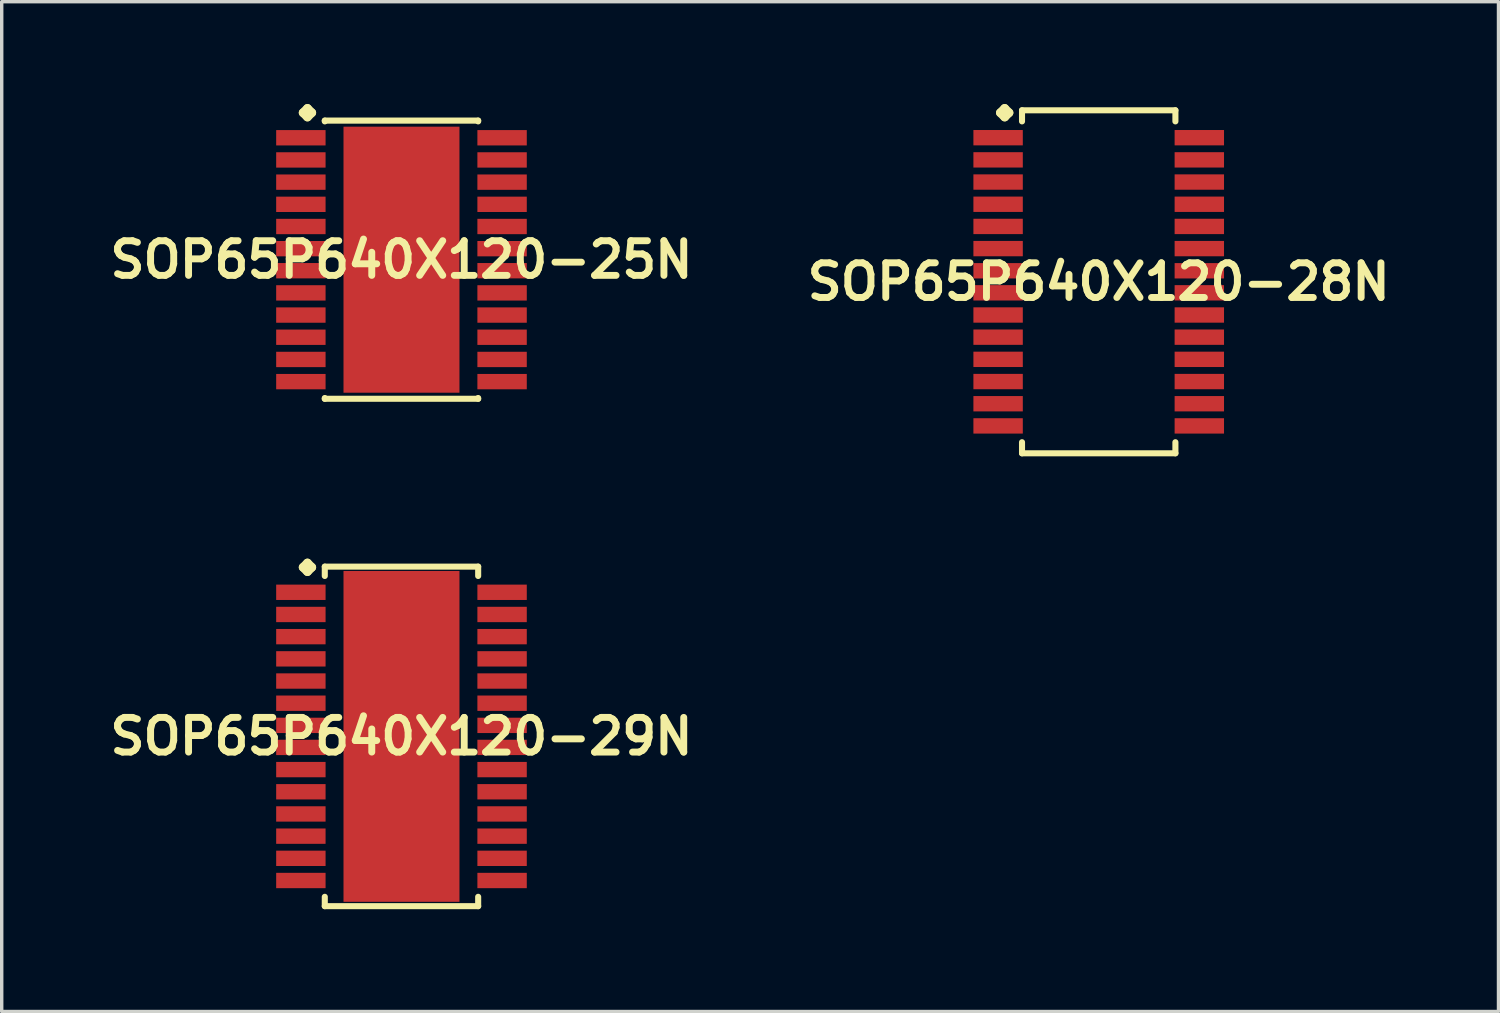
<source format=kicad_pcb>
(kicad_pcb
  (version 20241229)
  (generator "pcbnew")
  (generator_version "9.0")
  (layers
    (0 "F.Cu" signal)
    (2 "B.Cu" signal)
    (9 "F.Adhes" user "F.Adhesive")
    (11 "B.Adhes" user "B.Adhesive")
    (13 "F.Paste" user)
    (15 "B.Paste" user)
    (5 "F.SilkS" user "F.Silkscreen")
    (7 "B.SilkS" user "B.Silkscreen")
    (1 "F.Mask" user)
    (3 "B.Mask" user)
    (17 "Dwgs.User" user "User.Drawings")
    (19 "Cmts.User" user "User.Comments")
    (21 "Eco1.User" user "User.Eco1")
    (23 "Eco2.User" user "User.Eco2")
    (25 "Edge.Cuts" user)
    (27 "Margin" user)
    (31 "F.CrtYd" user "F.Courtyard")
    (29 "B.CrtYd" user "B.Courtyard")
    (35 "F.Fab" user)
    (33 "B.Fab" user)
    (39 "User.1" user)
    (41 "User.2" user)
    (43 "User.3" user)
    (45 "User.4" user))
  (footprint "SOP65P640X120-28N"
    (layer "F.Cu")
    (at 29.155 5.21)
    (property "Reference" "SOP65P640X120-28N" (at 0 0 0) (layer "F.SilkS") (effects (font (size 1.016 1.016) (thickness 0.203))))
    (attr smd)
    (fp_line (start -2.883 -4.956) (end -2.756 -5.083) (stroke (width 0.254) (type solid)) (layer "F.SilkS"))
    (fp_line (start -2.756 -5.083) (end -2.629 -4.956) (stroke (width 0.254) (type solid)) (layer "F.SilkS"))
    (fp_line (start -2.756 -4.829) (end -2.883 -4.956) (stroke (width 0.254) (type solid)) (layer "F.SilkS"))
    (fp_line (start -2.629 -4.956) (end -2.756 -4.829) (stroke (width 0.254) (type solid)) (layer "F.SilkS"))
    (fp_line (start -2.248 -5.027) (end 2.248 -5.027) (stroke (width 0.178) (type solid)) (layer "F.SilkS"))
    (fp_line (start -2.248 -4.702) (end -2.248 -5.027) (stroke (width 0.178) (type solid)) (layer "F.SilkS"))
    (fp_line (start -2.248 4.702) (end -2.248 5.027) (stroke (width 0.178) (type solid)) (layer "F.SilkS"))
    (fp_line (start -2.248 5.027) (end 2.248 5.027) (stroke (width 0.178) (type solid)) (layer "F.SilkS"))
    (fp_line (start 2.248 -5.027) (end 2.248 -4.702) (stroke (width 0.178) (type solid)) (layer "F.SilkS"))
    (fp_line (start 2.248 5.027) (end 2.248 4.702) (stroke (width 0.178) (type solid)) (layer "F.SilkS"))
    (pad "1" smd rect (at -2.949 -4.224) (size 1.448 0.45) (layers "F.Cu" "F.Mask" "F.Paste"))
    (pad "2" smd rect (at -2.949 -3.574) (size 1.448 0.45) (layers "F.Cu" "F.Mask" "F.Paste"))
    (pad "3" smd rect (at -2.949 -2.924) (size 1.448 0.45) (layers "F.Cu" "F.Mask" "F.Paste"))
    (pad "4" smd rect (at -2.949 -2.273) (size 1.448 0.45) (layers "F.Cu" "F.Mask" "F.Paste"))
    (pad "5" smd rect (at -2.949 -1.623) (size 1.448 0.45) (layers "F.Cu" "F.Mask" "F.Paste"))
    (pad "6" smd rect (at -2.949 -0.973) (size 1.448 0.45) (layers "F.Cu" "F.Mask" "F.Paste"))
    (pad "7" smd rect (at -2.949 -0.323) (size 1.448 0.45) (layers "F.Cu" "F.Mask" "F.Paste"))
    (pad "8" smd rect (at -2.949 0.323) (size 1.448 0.45) (layers "F.Cu" "F.Mask" "F.Paste"))
    (pad "9" smd rect (at -2.949 0.973) (size 1.448 0.45) (layers "F.Cu" "F.Mask" "F.Paste"))
    (pad "10" smd rect (at -2.949 1.623) (size 1.448 0.45) (layers "F.Cu" "F.Mask" "F.Paste"))
    (pad "11" smd rect (at -2.949 2.273) (size 1.448 0.45) (layers "F.Cu" "F.Mask" "F.Paste"))
    (pad "12" smd rect (at -2.949 2.924) (size 1.448 0.45) (layers "F.Cu" "F.Mask" "F.Paste"))
    (pad "13" smd rect (at -2.949 3.574) (size 1.448 0.45) (layers "F.Cu" "F.Mask" "F.Paste"))
    (pad "14" smd rect (at -2.949 4.224) (size 1.448 0.45) (layers "F.Cu" "F.Mask" "F.Paste"))
    (pad "15" smd rect (at 2.949 4.224) (size 1.448 0.45) (layers "F.Cu" "F.Mask" "F.Paste"))
    (pad "16" smd rect (at 2.949 3.574) (size 1.448 0.45) (layers "F.Cu" "F.Mask" "F.Paste"))
    (pad "17" smd rect (at 2.949 2.924) (size 1.448 0.45) (layers "F.Cu" "F.Mask" "F.Paste"))
    (pad "18" smd rect (at 2.949 2.273) (size 1.448 0.45) (layers "F.Cu" "F.Mask" "F.Paste"))
    (pad "19" smd rect (at 2.949 1.623) (size 1.448 0.45) (layers "F.Cu" "F.Mask" "F.Paste"))
    (pad "20" smd rect (at 2.949 0.973) (size 1.448 0.45) (layers "F.Cu" "F.Mask" "F.Paste"))
    (pad "21" smd rect (at 2.949 0.323) (size 1.448 0.45) (layers "F.Cu" "F.Mask" "F.Paste"))
    (pad "22" smd rect (at 2.949 -0.323) (size 1.448 0.45) (layers "F.Cu" "F.Mask" "F.Paste"))
    (pad "23" smd rect (at 2.949 -0.973) (size 1.448 0.45) (layers "F.Cu" "F.Mask" "F.Paste"))
    (pad "24" smd rect (at 2.949 -1.623) (size 1.448 0.45) (layers "F.Cu" "F.Mask" "F.Paste"))
    (pad "25" smd rect (at 2.949 -2.273) (size 1.448 0.45) (layers "F.Cu" "F.Mask" "F.Paste"))
    (pad "26" smd rect (at 2.949 -2.924) (size 1.448 0.45) (layers "F.Cu" "F.Mask" "F.Paste"))
    (pad "27" smd rect (at 2.949 -3.574) (size 1.448 0.45) (layers "F.Cu" "F.Mask" "F.Paste"))
    (pad "28" smd rect (at 2.949 -4.224) (size 1.448 0.45) (layers "F.Cu" "F.Mask" "F.Paste")))
  (footprint "SOP65P640X120-25N"
    (layer "F.Cu")
    (at 8.718 4.562)
    (property "Reference" "SOP65P640X120-25N" (at 0 0 0) (layer "F.SilkS") (effects (font (size 1.016 1.016) (thickness 0.203))))
    (attr smd)
    (fp_line (start -2.883 -4.308) (end -2.756 -4.435) (stroke (width 0.254) (type solid)) (layer "F.SilkS"))
    (fp_line (start -2.756 -4.435) (end -2.629 -4.308) (stroke (width 0.254) (type solid)) (layer "F.SilkS"))
    (fp_line (start -2.756 -4.181) (end -2.883 -4.308) (stroke (width 0.254) (type solid)) (layer "F.SilkS"))
    (fp_line (start -2.629 -4.308) (end -2.756 -4.181) (stroke (width 0.254) (type solid)) (layer "F.SilkS"))
    (fp_line (start -2.248 -4.077) (end 2.248 -4.077) (stroke (width 0.178) (type solid)) (layer "F.SilkS"))
    (fp_line (start -2.248 -4.054) (end -2.248 -4.077) (stroke (width 0.178) (type solid)) (layer "F.SilkS"))
    (fp_line (start -2.248 4.054) (end -2.248 4.077) (stroke (width 0.178) (type solid)) (layer "F.SilkS"))
    (fp_line (start -2.248 4.077) (end 2.248 4.077) (stroke (width 0.178) (type solid)) (layer "F.SilkS"))
    (fp_line (start 2.248 -4.077) (end 2.248 -4.054) (stroke (width 0.178) (type solid)) (layer "F.SilkS"))
    (fp_line (start 2.248 4.077) (end 2.248 4.054) (stroke (width 0.178) (type solid)) (layer "F.SilkS"))
    (pad "1" smd rect (at -2.949 -3.574) (size 1.448 0.45) (layers "F.Cu" "F.Mask" "F.Paste"))
    (pad "2" smd rect (at -2.949 -2.924) (size 1.448 0.45) (layers "F.Cu" "F.Mask" "F.Paste"))
    (pad "3" smd rect (at -2.949 -2.273) (size 1.448 0.45) (layers "F.Cu" "F.Mask" "F.Paste"))
    (pad "4" smd rect (at -2.949 -1.623) (size 1.448 0.45) (layers "F.Cu" "F.Mask" "F.Paste"))
    (pad "5" smd rect (at -2.949 -0.973) (size 1.448 0.45) (layers "F.Cu" "F.Mask" "F.Paste"))
    (pad "6" smd rect (at -2.949 -0.323) (size 1.448 0.45) (layers "F.Cu" "F.Mask" "F.Paste"))
    (pad "7" smd rect (at -2.949 0.323) (size 1.448 0.45) (layers "F.Cu" "F.Mask" "F.Paste"))
    (pad "8" smd rect (at -2.949 0.973) (size 1.448 0.45) (layers "F.Cu" "F.Mask" "F.Paste"))
    (pad "9" smd rect (at -2.949 1.623) (size 1.448 0.45) (layers "F.Cu" "F.Mask" "F.Paste"))
    (pad "10" smd rect (at -2.949 2.273) (size 1.448 0.45) (layers "F.Cu" "F.Mask" "F.Paste"))
    (pad "11" smd rect (at -2.949 2.924) (size 1.448 0.45) (layers "F.Cu" "F.Mask" "F.Paste"))
    (pad "12" smd rect (at -2.949 3.574) (size 1.448 0.45) (layers "F.Cu" "F.Mask" "F.Paste"))
    (pad "13" smd rect (at 2.949 3.574) (size 1.448 0.45) (layers "F.Cu" "F.Mask" "F.Paste"))
    (pad "14" smd rect (at 2.949 2.924) (size 1.448 0.45) (layers "F.Cu" "F.Mask" "F.Paste"))
    (pad "15" smd rect (at 2.949 2.273) (size 1.448 0.45) (layers "F.Cu" "F.Mask" "F.Paste"))
    (pad "16" smd rect (at 2.949 1.623) (size 1.448 0.45) (layers "F.Cu" "F.Mask" "F.Paste"))
    (pad "17" smd rect (at 2.949 0.973) (size 1.448 0.45) (layers "F.Cu" "F.Mask" "F.Paste"))
    (pad "18" smd rect (at 2.949 0.323) (size 1.448 0.45) (layers "F.Cu" "F.Mask" "F.Paste"))
    (pad "19" smd rect (at 2.949 -0.323) (size 1.448 0.45) (layers "F.Cu" "F.Mask" "F.Paste"))
    (pad "20" smd rect (at 2.949 -0.973) (size 1.448 0.45) (layers "F.Cu" "F.Mask" "F.Paste"))
    (pad "21" smd rect (at 2.949 -1.623) (size 1.448 0.45) (layers "F.Cu" "F.Mask" "F.Paste"))
    (pad "22" smd rect (at 2.949 -2.273) (size 1.448 0.45) (layers "F.Cu" "F.Mask" "F.Paste"))
    (pad "23" smd rect (at 2.949 -2.924) (size 1.448 0.45) (layers "F.Cu" "F.Mask" "F.Paste"))
    (pad "24" smd rect (at 2.949 -3.574) (size 1.448 0.45) (layers "F.Cu" "F.Mask" "F.Paste"))
    (pad "25" smd rect (at 0 0) (size 3.399 7.798) (layers "F.Cu" "F.Mask" "F.Paste")))
  (footprint "SOP65P640X120-29N"
    (layer "F.Cu")
    (at 8.718 18.535)
    (property "Reference" "SOP65P640X120-29N" (at 0 0 0) (layer "F.SilkS") (effects (font (size 1.016 1.016) (thickness 0.203))))
    (attr smd)
    (fp_line (start -2.883 -4.956) (end -2.756 -5.083) (stroke (width 0.254) (type solid)) (layer "F.SilkS"))
    (fp_line (start -2.756 -5.083) (end -2.629 -4.956) (stroke (width 0.254) (type solid)) (layer "F.SilkS"))
    (fp_line (start -2.756 -4.829) (end -2.883 -4.956) (stroke (width 0.254) (type solid)) (layer "F.SilkS"))
    (fp_line (start -2.629 -4.956) (end -2.756 -4.829) (stroke (width 0.254) (type solid)) (layer "F.SilkS"))
    (fp_line (start -2.248 -4.976) (end 2.248 -4.976) (stroke (width 0.178) (type solid)) (layer "F.SilkS"))
    (fp_line (start -2.248 -4.702) (end -2.248 -4.976) (stroke (width 0.178) (type solid)) (layer "F.SilkS"))
    (fp_line (start -2.248 4.702) (end -2.248 4.976) (stroke (width 0.178) (type solid)) (layer "F.SilkS"))
    (fp_line (start -2.248 4.976) (end 2.248 4.976) (stroke (width 0.178) (type solid)) (layer "F.SilkS"))
    (fp_line (start 2.248 -4.976) (end 2.248 -4.702) (stroke (width 0.178) (type solid)) (layer "F.SilkS"))
    (fp_line (start 2.248 4.976) (end 2.248 4.702) (stroke (width 0.178) (type solid)) (layer "F.SilkS"))
    (pad "1" smd rect (at -2.949 -4.224) (size 1.448 0.45) (layers "F.Cu" "F.Mask" "F.Paste"))
    (pad "2" smd rect (at -2.949 -3.574) (size 1.448 0.45) (layers "F.Cu" "F.Mask" "F.Paste"))
    (pad "3" smd rect (at -2.949 -2.924) (size 1.448 0.45) (layers "F.Cu" "F.Mask" "F.Paste"))
    (pad "4" smd rect (at -2.949 -2.273) (size 1.448 0.45) (layers "F.Cu" "F.Mask" "F.Paste"))
    (pad "5" smd rect (at -2.949 -1.623) (size 1.448 0.45) (layers "F.Cu" "F.Mask" "F.Paste"))
    (pad "6" smd rect (at -2.949 -0.973) (size 1.448 0.45) (layers "F.Cu" "F.Mask" "F.Paste"))
    (pad "7" smd rect (at -2.949 -0.323) (size 1.448 0.45) (layers "F.Cu" "F.Mask" "F.Paste"))
    (pad "8" smd rect (at -2.949 0.323) (size 1.448 0.45) (layers "F.Cu" "F.Mask" "F.Paste"))
    (pad "9" smd rect (at -2.949 0.973) (size 1.448 0.45) (layers "F.Cu" "F.Mask" "F.Paste"))
    (pad "10" smd rect (at -2.949 1.623) (size 1.448 0.45) (layers "F.Cu" "F.Mask" "F.Paste"))
    (pad "11" smd rect (at -2.949 2.273) (size 1.448 0.45) (layers "F.Cu" "F.Mask" "F.Paste"))
    (pad "12" smd rect (at -2.949 2.924) (size 1.448 0.45) (layers "F.Cu" "F.Mask" "F.Paste"))
    (pad "13" smd rect (at -2.949 3.574) (size 1.448 0.45) (layers "F.Cu" "F.Mask" "F.Paste"))
    (pad "14" smd rect (at -2.949 4.224) (size 1.448 0.45) (layers "F.Cu" "F.Mask" "F.Paste"))
    (pad "15" smd rect (at 2.949 4.224) (size 1.448 0.45) (layers "F.Cu" "F.Mask" "F.Paste"))
    (pad "16" smd rect (at 2.949 3.574) (size 1.448 0.45) (layers "F.Cu" "F.Mask" "F.Paste"))
    (pad "17" smd rect (at 2.949 2.924) (size 1.448 0.45) (layers "F.Cu" "F.Mask" "F.Paste"))
    (pad "18" smd rect (at 2.949 2.273) (size 1.448 0.45) (layers "F.Cu" "F.Mask" "F.Paste"))
    (pad "19" smd rect (at 2.949 1.623) (size 1.448 0.45) (layers "F.Cu" "F.Mask" "F.Paste"))
    (pad "20" smd rect (at 2.949 0.973) (size 1.448 0.45) (layers "F.Cu" "F.Mask" "F.Paste"))
    (pad "21" smd rect (at 2.949 0.323) (size 1.448 0.45) (layers "F.Cu" "F.Mask" "F.Paste"))
    (pad "22" smd rect (at 2.949 -0.323) (size 1.448 0.45) (layers "F.Cu" "F.Mask" "F.Paste"))
    (pad "23" smd rect (at 2.949 -0.973) (size 1.448 0.45) (layers "F.Cu" "F.Mask" "F.Paste"))
    (pad "24" smd rect (at 2.949 -1.623) (size 1.448 0.45) (layers "F.Cu" "F.Mask" "F.Paste"))
    (pad "25" smd rect (at 2.949 -2.273) (size 1.448 0.45) (layers "F.Cu" "F.Mask" "F.Paste"))
    (pad "26" smd rect (at 2.949 -2.924) (size 1.448 0.45) (layers "F.Cu" "F.Mask" "F.Paste"))
    (pad "27" smd rect (at 2.949 -3.574) (size 1.448 0.45) (layers "F.Cu" "F.Mask" "F.Paste"))
    (pad "28" smd rect (at 2.949 -4.224) (size 1.448 0.45) (layers "F.Cu" "F.Mask" "F.Paste"))
    (pad "29" smd rect (at 0 0) (size 3.399 9.698) (layers "F.Cu" "F.Mask" "F.Paste")))
  (gr_rect
    (start -3 -3)
    (end 40.873 26.599)
    (stroke (width 0.1) (type default))
    (fill no)
    (layer "Edge.Cuts")))
</source>
